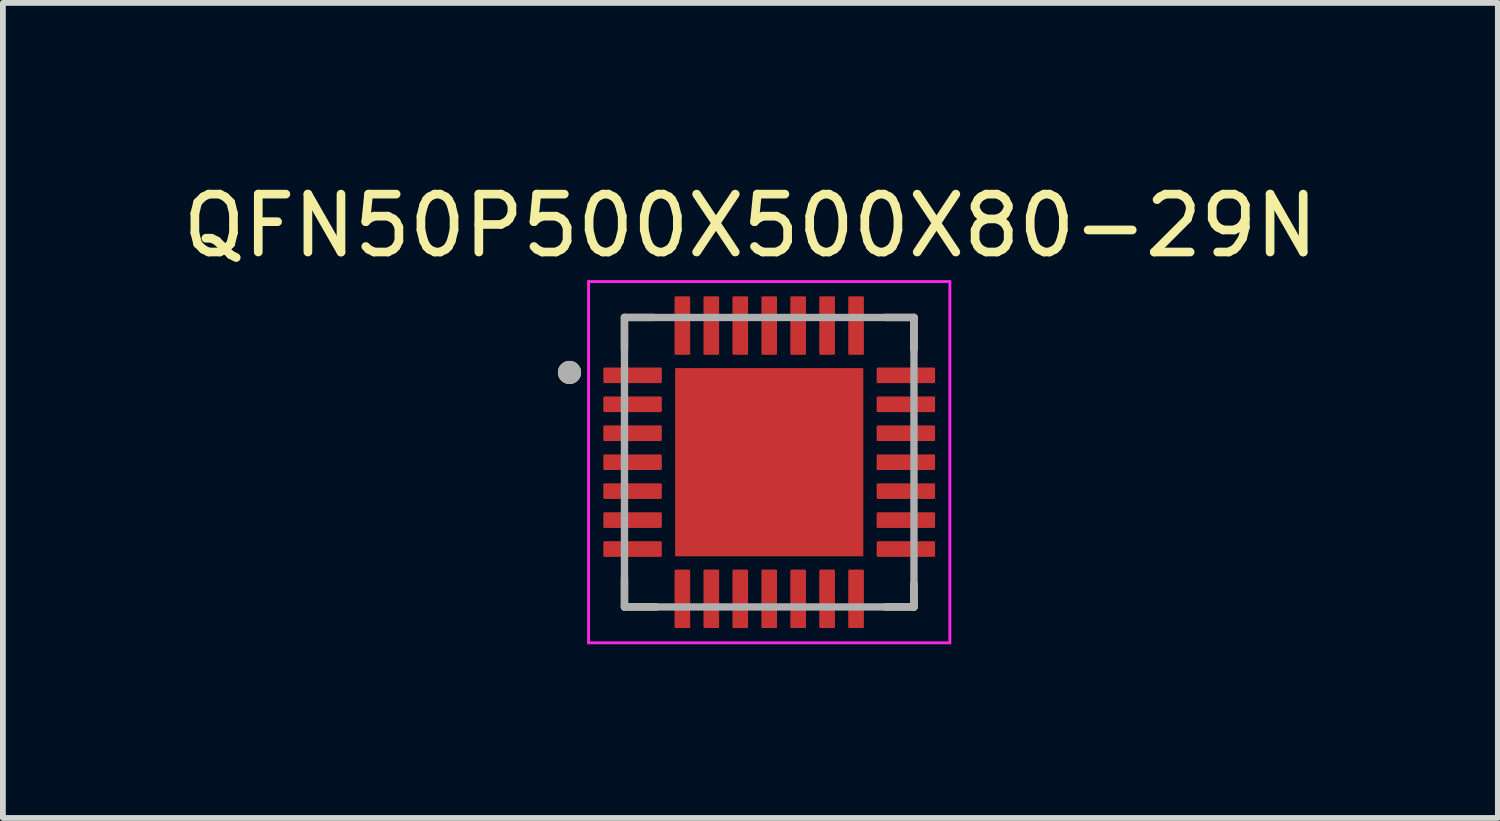
<source format=kicad_pcb>
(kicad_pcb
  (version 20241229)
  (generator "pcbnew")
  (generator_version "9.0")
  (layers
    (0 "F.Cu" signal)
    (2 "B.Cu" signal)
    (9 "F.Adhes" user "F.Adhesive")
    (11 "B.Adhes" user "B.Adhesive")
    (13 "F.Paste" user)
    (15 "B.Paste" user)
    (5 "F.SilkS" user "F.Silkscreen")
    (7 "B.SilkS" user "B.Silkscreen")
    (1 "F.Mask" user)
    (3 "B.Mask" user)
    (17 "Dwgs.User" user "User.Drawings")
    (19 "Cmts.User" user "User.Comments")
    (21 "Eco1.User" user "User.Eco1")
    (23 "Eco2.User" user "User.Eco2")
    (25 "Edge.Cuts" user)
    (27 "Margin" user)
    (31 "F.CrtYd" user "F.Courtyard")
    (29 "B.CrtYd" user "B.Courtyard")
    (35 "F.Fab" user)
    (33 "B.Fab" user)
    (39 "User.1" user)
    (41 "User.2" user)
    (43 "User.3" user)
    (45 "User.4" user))
  (footprint "QFN50P500X500X80-29N"
    (layer "F.Cu")
    (at 10.236 4.933)
    (property "Reference" "QFN50P500X500X80-29N" (at -0.325 -4.085 0) (layer "F.SilkS") (effects (font (size 1 1) (thickness 0.15))))
    (attr through_hole)
    (fp_line (start -2.5 -2.5) (end -2.5 -1.95) (stroke (width 0.127) (type solid)) (layer "F.SilkS"))
    (fp_line (start -2.5 2) (end -2.5 2.5) (stroke (width 0.127) (type solid)) (layer "F.SilkS"))
    (fp_line (start -2.5 2.5) (end -1.95 2.5) (stroke (width 0.127) (type solid)) (layer "F.SilkS"))
    (fp_line (start -2 -2.5) (end -2.5 -2.5) (stroke (width 0.127) (type solid)) (layer "F.SilkS"))
    (fp_line (start 2 -2.5) (end 2.5 -2.5) (stroke (width 0.127) (type solid)) (layer "F.SilkS"))
    (fp_line (start 2.5 -2.5) (end 2.5 -1.95) (stroke (width 0.127) (type solid)) (layer "F.SilkS"))
    (fp_line (start 2.5 2.1) (end 2.5 2.5) (stroke (width 0.127) (type solid)) (layer "F.SilkS"))
    (fp_line (start 2.5 2.5) (end 2 2.5) (stroke (width 0.127) (type solid)) (layer "F.SilkS"))
    (fp_circle (center -3.45 -1.55) (end -3.35 -1.55) (stroke (width 0.2) (type solid)) (fill no) (layer "F.SilkS"))
    (fp_poly (pts (xy -1.332 -1.33) (xy -0.18 -1.33) (xy -0.18 -0.18) (xy -1.332 -0.18)) (stroke (width 0.01) (type solid)) (fill yes) (layer "F.Paste"))
    (fp_poly (pts (xy -1.331 0.18) (xy -0.18 0.18) (xy -0.18 1.331) (xy -1.331 1.331)) (stroke (width 0.01) (type solid)) (fill yes) (layer "F.Paste"))
    (fp_poly (pts (xy 0.18 -1.33) (xy 1.33 -1.33) (xy 1.33 -0.18) (xy 0.18 -0.18)) (stroke (width 0.01) (type solid)) (fill yes) (layer "F.Paste"))
    (fp_poly (pts (xy 0.18 0.18) (xy 1.33 0.18) (xy 1.33 1.332) (xy 0.18 1.332)) (stroke (width 0.01) (type solid)) (fill yes) (layer "F.Paste"))
    (fp_line (start -3.12 -3.12) (end 3.12 -3.12) (stroke (width 0.05) (type solid)) (layer "F.CrtYd"))
    (fp_line (start -3.12 3.12) (end -3.12 -3.12) (stroke (width 0.05) (type solid)) (layer "F.CrtYd"))
    (fp_line (start 3.12 -3.12) (end 3.12 3.12) (stroke (width 0.05) (type solid)) (layer "F.CrtYd"))
    (fp_line (start 3.12 3.12) (end -3.12 3.12) (stroke (width 0.05) (type solid)) (layer "F.CrtYd"))
    (fp_line (start -2.5 -2.5) (end 2.5 -2.5) (stroke (width 0.127) (type solid)) (layer "F.Fab"))
    (fp_line (start -2.5 2.5) (end -2.5 -2.5) (stroke (width 0.127) (type solid)) (layer "F.Fab"))
    (fp_line (start 2.5 -2.5) (end 2.5 2.5) (stroke (width 0.127) (type solid)) (layer "F.Fab"))
    (fp_line (start 2.5 2.5) (end -2.5 2.5) (stroke (width 0.127) (type solid)) (layer "F.Fab"))
    (fp_circle (center -3.45 -1.55) (end -3.35 -1.55) (stroke (width 0.2) (type solid)) (fill no) (layer "F.Fab"))
    (pad "1" smd roundrect (at -2.36 -1.5) (size 1.01 0.27) (layers "F.Cu" "F.Mask" "F.Paste") (roundrect_rratio 0.07))
    (pad "2" smd roundrect (at -2.36 -1) (size 1.01 0.27) (layers "F.Cu" "F.Mask" "F.Paste") (roundrect_rratio 0.07))
    (pad "3" smd roundrect (at -2.36 -0.5) (size 1.01 0.27) (layers "F.Cu" "F.Mask" "F.Paste") (roundrect_rratio 0.07))
    (pad "4" smd roundrect (at -2.36 0) (size 1.01 0.27) (layers "F.Cu" "F.Mask" "F.Paste") (roundrect_rratio 0.07))
    (pad "5" smd roundrect (at -2.36 0.5) (size 1.01 0.27) (layers "F.Cu" "F.Mask" "F.Paste") (roundrect_rratio 0.07))
    (pad "6" smd roundrect (at -2.36 1) (size 1.01 0.27) (layers "F.Cu" "F.Mask" "F.Paste") (roundrect_rratio 0.07))
    (pad "7" smd roundrect (at -2.36 1.5) (size 1.01 0.27) (layers "F.Cu" "F.Mask" "F.Paste") (roundrect_rratio 0.07))
    (pad "8" smd roundrect (at -1.5 2.36 90) (size 1.01 0.27) (layers "F.Cu" "F.Mask" "F.Paste") (roundrect_rratio 0.07))
    (pad "9" smd roundrect (at -1 2.36 90) (size 1.01 0.27) (layers "F.Cu" "F.Mask" "F.Paste") (roundrect_rratio 0.07))
    (pad "10" smd roundrect (at -0.5 2.36 90) (size 1.01 0.27) (layers "F.Cu" "F.Mask" "F.Paste") (roundrect_rratio 0.07))
    (pad "11" smd roundrect (at 0 2.36 90) (size 1.01 0.27) (layers "F.Cu" "F.Mask" "F.Paste") (roundrect_rratio 0.07))
    (pad "12" smd roundrect (at 0.5 2.36 90) (size 1.01 0.27) (layers "F.Cu" "F.Mask" "F.Paste") (roundrect_rratio 0.07))
    (pad "13" smd roundrect (at 1 2.36 90) (size 1.01 0.27) (layers "F.Cu" "F.Mask" "F.Paste") (roundrect_rratio 0.07))
    (pad "14" smd roundrect (at 1.5 2.36 90) (size 1.01 0.27) (layers "F.Cu" "F.Mask" "F.Paste") (roundrect_rratio 0.07))
    (pad "15" smd roundrect (at 2.36 1.5 180) (size 1.01 0.27) (layers "F.Cu" "F.Mask" "F.Paste") (roundrect_rratio 0.07))
    (pad "16" smd roundrect (at 2.36 1 180) (size 1.01 0.27) (layers "F.Cu" "F.Mask" "F.Paste") (roundrect_rratio 0.07))
    (pad "17" smd roundrect (at 2.36 0.5 180) (size 1.01 0.27) (layers "F.Cu" "F.Mask" "F.Paste") (roundrect_rratio 0.07))
    (pad "18" smd roundrect (at 2.36 0 180) (size 1.01 0.27) (layers "F.Cu" "F.Mask" "F.Paste") (roundrect_rratio 0.07))
    (pad "19" smd roundrect (at 2.36 -0.5 180) (size 1.01 0.27) (layers "F.Cu" "F.Mask" "F.Paste") (roundrect_rratio 0.07))
    (pad "20" smd roundrect (at 2.36 -1 180) (size 1.01 0.27) (layers "F.Cu" "F.Mask" "F.Paste") (roundrect_rratio 0.07))
    (pad "21" smd roundrect (at 2.36 -1.5 180) (size 1.01 0.27) (layers "F.Cu" "F.Mask" "F.Paste") (roundrect_rratio 0.07))
    (pad "22" smd roundrect (at 1.5 -2.36 270) (size 1.01 0.27) (layers "F.Cu" "F.Mask" "F.Paste") (roundrect_rratio 0.07))
    (pad "23" smd roundrect (at 1 -2.36 270) (size 1.01 0.27) (layers "F.Cu" "F.Mask" "F.Paste") (roundrect_rratio 0.07))
    (pad "24" smd roundrect (at 0.5 -2.36 270) (size 1.01 0.27) (layers "F.Cu" "F.Mask" "F.Paste") (roundrect_rratio 0.07))
    (pad "25" smd roundrect (at 0 -2.36 270) (size 1.01 0.27) (layers "F.Cu" "F.Mask" "F.Paste") (roundrect_rratio 0.07))
    (pad "26" smd roundrect (at -0.5 -2.36 270) (size 1.01 0.27) (layers "F.Cu" "F.Mask" "F.Paste") (roundrect_rratio 0.07))
    (pad "27" smd roundrect (at -1 -2.36 270) (size 1.01 0.27) (layers "F.Cu" "F.Mask" "F.Paste") (roundrect_rratio 0.07))
    (pad "28" smd roundrect (at -1.5 -2.36 270) (size 1.01 0.27) (layers "F.Cu" "F.Mask" "F.Paste") (roundrect_rratio 0.07))
    (pad "29" smd rect (at 0 0) (size 3.25 3.25) (layers "F.Cu" "F.Mask")))
  (gr_rect
    (start -3 -3)
    (end 22.821 11.078)
    (stroke (width 0.1) (type default))
    (fill no)
    (layer "Edge.Cuts")))
</source>
